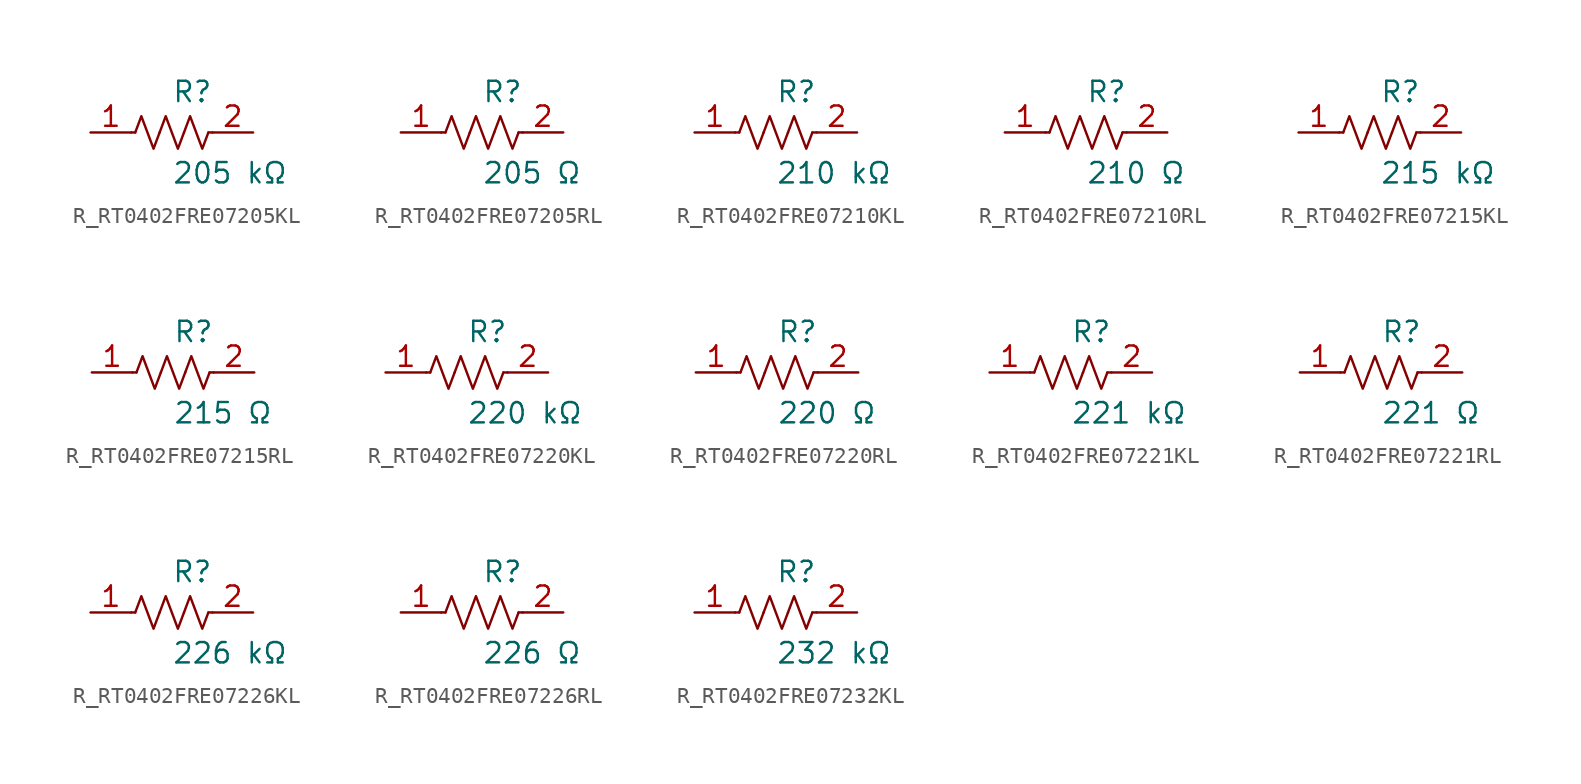
<source format=kicad_sym>
(kicad_symbol_lib
  (version 20231120)
  (generator kicad_symbol_editor)
  (generator_version 8.0)
  (symbol "R_RT0402FRE07205KL"
    (pin_names
      (offset 0.254))
    (property "Reference" "R"
      (at 0.0 2.54 0)
      (effects (font (size 1.27 1.27)) (justify left)))
    (property "Value" "205 kΩ"
      (at 0.0 -2.54 0)
      (effects (font (size 1.27 1.27)) (justify left)))
    (symbol "R_RT0402FRE07205KL_0_1"
      (polyline (pts (xy 2.286 0) (xy 2.54 0)) (stroke (width 0) (type default)) (fill (type none)))
      (polyline (pts (xy -2.286 0) (xy -2.54 0)) (stroke (width 0) (type default)) (fill (type none)))
      (polyline (pts (xy 0.762 0) (xy 1.143 1.016) (xy 1.524 0) (xy 1.905 -1.016) (xy 2.286 0)) (stroke (width 0) (type default)) (fill (type none)))
      (polyline (pts (xy -0.762 0) (xy -0.381 1.016) (xy 0 0) (xy 0.381 -1.016) (xy 0.762 0)) (stroke (width 0) (type default)) (fill (type none)))
      (polyline (pts (xy -2.286 0) (xy -1.905 1.016) (xy -1.524 0) (xy -1.143 -1.016) (xy -0.762 0)) (stroke (width 0) (type default)) (fill (type none))))
    (pin unspecified line
      (at -5.08 0 0)
      (length 2.54)
      (name "" (effects (font (size 1.27 1.27))))
      (number "1" (effects (font (size 1.27 1.27)))))
    (pin unspecified line
      (at 5.08 0 180)
      (length 2.54)
      (name "" (effects (font (size 1.27 1.27))))
      (number "2" (effects (font (size 1.27 1.27))))))
  (symbol "R_RT0402FRE07205RL"
    (pin_names
      (offset 0.254))
    (property "Reference" "R"
      (at 0.0 2.54 0)
      (effects (font (size 1.27 1.27)) (justify left)))
    (property "Value" "205 Ω"
      (at 0.0 -2.54 0)
      (effects (font (size 1.27 1.27)) (justify left)))
    (symbol "R_RT0402FRE07205RL_0_1"
      (polyline (pts (xy 2.286 0) (xy 2.54 0)) (stroke (width 0) (type default)) (fill (type none)))
      (polyline (pts (xy -2.286 0) (xy -2.54 0)) (stroke (width 0) (type default)) (fill (type none)))
      (polyline (pts (xy 0.762 0) (xy 1.143 1.016) (xy 1.524 0) (xy 1.905 -1.016) (xy 2.286 0)) (stroke (width 0) (type default)) (fill (type none)))
      (polyline (pts (xy -0.762 0) (xy -0.381 1.016) (xy 0 0) (xy 0.381 -1.016) (xy 0.762 0)) (stroke (width 0) (type default)) (fill (type none)))
      (polyline (pts (xy -2.286 0) (xy -1.905 1.016) (xy -1.524 0) (xy -1.143 -1.016) (xy -0.762 0)) (stroke (width 0) (type default)) (fill (type none))))
    (pin unspecified line
      (at -5.08 0 0)
      (length 2.54)
      (name "" (effects (font (size 1.27 1.27))))
      (number "1" (effects (font (size 1.27 1.27)))))
    (pin unspecified line
      (at 5.08 0 180)
      (length 2.54)
      (name "" (effects (font (size 1.27 1.27))))
      (number "2" (effects (font (size 1.27 1.27))))))
  (symbol "R_RT0402FRE07210KL"
    (pin_names
      (offset 0.254))
    (property "Reference" "R"
      (at 0.0 2.54 0)
      (effects (font (size 1.27 1.27)) (justify left)))
    (property "Value" "210 kΩ"
      (at 0.0 -2.54 0)
      (effects (font (size 1.27 1.27)) (justify left)))
    (symbol "R_RT0402FRE07210KL_0_1"
      (polyline (pts (xy 2.286 0) (xy 2.54 0)) (stroke (width 0) (type default)) (fill (type none)))
      (polyline (pts (xy -2.286 0) (xy -2.54 0)) (stroke (width 0) (type default)) (fill (type none)))
      (polyline (pts (xy 0.762 0) (xy 1.143 1.016) (xy 1.524 0) (xy 1.905 -1.016) (xy 2.286 0)) (stroke (width 0) (type default)) (fill (type none)))
      (polyline (pts (xy -0.762 0) (xy -0.381 1.016) (xy 0 0) (xy 0.381 -1.016) (xy 0.762 0)) (stroke (width 0) (type default)) (fill (type none)))
      (polyline (pts (xy -2.286 0) (xy -1.905 1.016) (xy -1.524 0) (xy -1.143 -1.016) (xy -0.762 0)) (stroke (width 0) (type default)) (fill (type none))))
    (pin unspecified line
      (at -5.08 0 0)
      (length 2.54)
      (name "" (effects (font (size 1.27 1.27))))
      (number "1" (effects (font (size 1.27 1.27)))))
    (pin unspecified line
      (at 5.08 0 180)
      (length 2.54)
      (name "" (effects (font (size 1.27 1.27))))
      (number "2" (effects (font (size 1.27 1.27))))))
  (symbol "R_RT0402FRE07210RL"
    (pin_names
      (offset 0.254))
    (property "Reference" "R"
      (at 0.0 2.54 0)
      (effects (font (size 1.27 1.27)) (justify left)))
    (property "Value" "210 Ω"
      (at 0.0 -2.54 0)
      (effects (font (size 1.27 1.27)) (justify left)))
    (symbol "R_RT0402FRE07210RL_0_1"
      (polyline (pts (xy 2.286 0) (xy 2.54 0)) (stroke (width 0) (type default)) (fill (type none)))
      (polyline (pts (xy -2.286 0) (xy -2.54 0)) (stroke (width 0) (type default)) (fill (type none)))
      (polyline (pts (xy 0.762 0) (xy 1.143 1.016) (xy 1.524 0) (xy 1.905 -1.016) (xy 2.286 0)) (stroke (width 0) (type default)) (fill (type none)))
      (polyline (pts (xy -0.762 0) (xy -0.381 1.016) (xy 0 0) (xy 0.381 -1.016) (xy 0.762 0)) (stroke (width 0) (type default)) (fill (type none)))
      (polyline (pts (xy -2.286 0) (xy -1.905 1.016) (xy -1.524 0) (xy -1.143 -1.016) (xy -0.762 0)) (stroke (width 0) (type default)) (fill (type none))))
    (pin unspecified line
      (at -5.08 0 0)
      (length 2.54)
      (name "" (effects (font (size 1.27 1.27))))
      (number "1" (effects (font (size 1.27 1.27)))))
    (pin unspecified line
      (at 5.08 0 180)
      (length 2.54)
      (name "" (effects (font (size 1.27 1.27))))
      (number "2" (effects (font (size 1.27 1.27))))))
  (symbol "R_RT0402FRE07215KL"
    (pin_names
      (offset 0.254))
    (property "Reference" "R"
      (at 0.0 2.54 0)
      (effects (font (size 1.27 1.27)) (justify left)))
    (property "Value" "215 kΩ"
      (at 0.0 -2.54 0)
      (effects (font (size 1.27 1.27)) (justify left)))
    (symbol "R_RT0402FRE07215KL_0_1"
      (polyline (pts (xy 2.286 0) (xy 2.54 0)) (stroke (width 0) (type default)) (fill (type none)))
      (polyline (pts (xy -2.286 0) (xy -2.54 0)) (stroke (width 0) (type default)) (fill (type none)))
      (polyline (pts (xy 0.762 0) (xy 1.143 1.016) (xy 1.524 0) (xy 1.905 -1.016) (xy 2.286 0)) (stroke (width 0) (type default)) (fill (type none)))
      (polyline (pts (xy -0.762 0) (xy -0.381 1.016) (xy 0 0) (xy 0.381 -1.016) (xy 0.762 0)) (stroke (width 0) (type default)) (fill (type none)))
      (polyline (pts (xy -2.286 0) (xy -1.905 1.016) (xy -1.524 0) (xy -1.143 -1.016) (xy -0.762 0)) (stroke (width 0) (type default)) (fill (type none))))
    (pin unspecified line
      (at -5.08 0 0)
      (length 2.54)
      (name "" (effects (font (size 1.27 1.27))))
      (number "1" (effects (font (size 1.27 1.27)))))
    (pin unspecified line
      (at 5.08 0 180)
      (length 2.54)
      (name "" (effects (font (size 1.27 1.27))))
      (number "2" (effects (font (size 1.27 1.27))))))
  (symbol "R_RT0402FRE07215RL"
    (pin_names
      (offset 0.254))
    (property "Reference" "R"
      (at 0.0 2.54 0)
      (effects (font (size 1.27 1.27)) (justify left)))
    (property "Value" "215 Ω"
      (at 0.0 -2.54 0)
      (effects (font (size 1.27 1.27)) (justify left)))
    (symbol "R_RT0402FRE07215RL_0_1"
      (polyline (pts (xy 2.286 0) (xy 2.54 0)) (stroke (width 0) (type default)) (fill (type none)))
      (polyline (pts (xy -2.286 0) (xy -2.54 0)) (stroke (width 0) (type default)) (fill (type none)))
      (polyline (pts (xy 0.762 0) (xy 1.143 1.016) (xy 1.524 0) (xy 1.905 -1.016) (xy 2.286 0)) (stroke (width 0) (type default)) (fill (type none)))
      (polyline (pts (xy -0.762 0) (xy -0.381 1.016) (xy 0 0) (xy 0.381 -1.016) (xy 0.762 0)) (stroke (width 0) (type default)) (fill (type none)))
      (polyline (pts (xy -2.286 0) (xy -1.905 1.016) (xy -1.524 0) (xy -1.143 -1.016) (xy -0.762 0)) (stroke (width 0) (type default)) (fill (type none))))
    (pin unspecified line
      (at -5.08 0 0)
      (length 2.54)
      (name "" (effects (font (size 1.27 1.27))))
      (number "1" (effects (font (size 1.27 1.27)))))
    (pin unspecified line
      (at 5.08 0 180)
      (length 2.54)
      (name "" (effects (font (size 1.27 1.27))))
      (number "2" (effects (font (size 1.27 1.27))))))
  (symbol "R_RT0402FRE07220KL"
    (pin_names
      (offset 0.254))
    (property "Reference" "R"
      (at 0.0 2.54 0)
      (effects (font (size 1.27 1.27)) (justify left)))
    (property "Value" "220 kΩ"
      (at 0.0 -2.54 0)
      (effects (font (size 1.27 1.27)) (justify left)))
    (symbol "R_RT0402FRE07220KL_0_1"
      (polyline (pts (xy 2.286 0) (xy 2.54 0)) (stroke (width 0) (type default)) (fill (type none)))
      (polyline (pts (xy -2.286 0) (xy -2.54 0)) (stroke (width 0) (type default)) (fill (type none)))
      (polyline (pts (xy 0.762 0) (xy 1.143 1.016) (xy 1.524 0) (xy 1.905 -1.016) (xy 2.286 0)) (stroke (width 0) (type default)) (fill (type none)))
      (polyline (pts (xy -0.762 0) (xy -0.381 1.016) (xy 0 0) (xy 0.381 -1.016) (xy 0.762 0)) (stroke (width 0) (type default)) (fill (type none)))
      (polyline (pts (xy -2.286 0) (xy -1.905 1.016) (xy -1.524 0) (xy -1.143 -1.016) (xy -0.762 0)) (stroke (width 0) (type default)) (fill (type none))))
    (pin unspecified line
      (at -5.08 0 0)
      (length 2.54)
      (name "" (effects (font (size 1.27 1.27))))
      (number "1" (effects (font (size 1.27 1.27)))))
    (pin unspecified line
      (at 5.08 0 180)
      (length 2.54)
      (name "" (effects (font (size 1.27 1.27))))
      (number "2" (effects (font (size 1.27 1.27))))))
  (symbol "R_RT0402FRE07220RL"
    (pin_names
      (offset 0.254))
    (property "Reference" "R"
      (at 0.0 2.54 0)
      (effects (font (size 1.27 1.27)) (justify left)))
    (property "Value" "220 Ω"
      (at 0.0 -2.54 0)
      (effects (font (size 1.27 1.27)) (justify left)))
    (symbol "R_RT0402FRE07220RL_0_1"
      (polyline (pts (xy 2.286 0) (xy 2.54 0)) (stroke (width 0) (type default)) (fill (type none)))
      (polyline (pts (xy -2.286 0) (xy -2.54 0)) (stroke (width 0) (type default)) (fill (type none)))
      (polyline (pts (xy 0.762 0) (xy 1.143 1.016) (xy 1.524 0) (xy 1.905 -1.016) (xy 2.286 0)) (stroke (width 0) (type default)) (fill (type none)))
      (polyline (pts (xy -0.762 0) (xy -0.381 1.016) (xy 0 0) (xy 0.381 -1.016) (xy 0.762 0)) (stroke (width 0) (type default)) (fill (type none)))
      (polyline (pts (xy -2.286 0) (xy -1.905 1.016) (xy -1.524 0) (xy -1.143 -1.016) (xy -0.762 0)) (stroke (width 0) (type default)) (fill (type none))))
    (pin unspecified line
      (at -5.08 0 0)
      (length 2.54)
      (name "" (effects (font (size 1.27 1.27))))
      (number "1" (effects (font (size 1.27 1.27)))))
    (pin unspecified line
      (at 5.08 0 180)
      (length 2.54)
      (name "" (effects (font (size 1.27 1.27))))
      (number "2" (effects (font (size 1.27 1.27))))))
  (symbol "R_RT0402FRE07221KL"
    (pin_names
      (offset 0.254))
    (property "Reference" "R"
      (at 0.0 2.54 0)
      (effects (font (size 1.27 1.27)) (justify left)))
    (property "Value" "221 kΩ"
      (at 0.0 -2.54 0)
      (effects (font (size 1.27 1.27)) (justify left)))
    (symbol "R_RT0402FRE07221KL_0_1"
      (polyline (pts (xy 2.286 0) (xy 2.54 0)) (stroke (width 0) (type default)) (fill (type none)))
      (polyline (pts (xy -2.286 0) (xy -2.54 0)) (stroke (width 0) (type default)) (fill (type none)))
      (polyline (pts (xy 0.762 0) (xy 1.143 1.016) (xy 1.524 0) (xy 1.905 -1.016) (xy 2.286 0)) (stroke (width 0) (type default)) (fill (type none)))
      (polyline (pts (xy -0.762 0) (xy -0.381 1.016) (xy 0 0) (xy 0.381 -1.016) (xy 0.762 0)) (stroke (width 0) (type default)) (fill (type none)))
      (polyline (pts (xy -2.286 0) (xy -1.905 1.016) (xy -1.524 0) (xy -1.143 -1.016) (xy -0.762 0)) (stroke (width 0) (type default)) (fill (type none))))
    (pin unspecified line
      (at -5.08 0 0)
      (length 2.54)
      (name "" (effects (font (size 1.27 1.27))))
      (number "1" (effects (font (size 1.27 1.27)))))
    (pin unspecified line
      (at 5.08 0 180)
      (length 2.54)
      (name "" (effects (font (size 1.27 1.27))))
      (number "2" (effects (font (size 1.27 1.27))))))
  (symbol "R_RT0402FRE07221RL"
    (pin_names
      (offset 0.254))
    (property "Reference" "R"
      (at 0.0 2.54 0)
      (effects (font (size 1.27 1.27)) (justify left)))
    (property "Value" "221 Ω"
      (at 0.0 -2.54 0)
      (effects (font (size 1.27 1.27)) (justify left)))
    (symbol "R_RT0402FRE07221RL_0_1"
      (polyline (pts (xy 2.286 0) (xy 2.54 0)) (stroke (width 0) (type default)) (fill (type none)))
      (polyline (pts (xy -2.286 0) (xy -2.54 0)) (stroke (width 0) (type default)) (fill (type none)))
      (polyline (pts (xy 0.762 0) (xy 1.143 1.016) (xy 1.524 0) (xy 1.905 -1.016) (xy 2.286 0)) (stroke (width 0) (type default)) (fill (type none)))
      (polyline (pts (xy -0.762 0) (xy -0.381 1.016) (xy 0 0) (xy 0.381 -1.016) (xy 0.762 0)) (stroke (width 0) (type default)) (fill (type none)))
      (polyline (pts (xy -2.286 0) (xy -1.905 1.016) (xy -1.524 0) (xy -1.143 -1.016) (xy -0.762 0)) (stroke (width 0) (type default)) (fill (type none))))
    (pin unspecified line
      (at -5.08 0 0)
      (length 2.54)
      (name "" (effects (font (size 1.27 1.27))))
      (number "1" (effects (font (size 1.27 1.27)))))
    (pin unspecified line
      (at 5.08 0 180)
      (length 2.54)
      (name "" (effects (font (size 1.27 1.27))))
      (number "2" (effects (font (size 1.27 1.27))))))
  (symbol "R_RT0402FRE07226KL"
    (pin_names
      (offset 0.254))
    (property "Reference" "R"
      (at 0.0 2.54 0)
      (effects (font (size 1.27 1.27)) (justify left)))
    (property "Value" "226 kΩ"
      (at 0.0 -2.54 0)
      (effects (font (size 1.27 1.27)) (justify left)))
    (symbol "R_RT0402FRE07226KL_0_1"
      (polyline (pts (xy 2.286 0) (xy 2.54 0)) (stroke (width 0) (type default)) (fill (type none)))
      (polyline (pts (xy -2.286 0) (xy -2.54 0)) (stroke (width 0) (type default)) (fill (type none)))
      (polyline (pts (xy 0.762 0) (xy 1.143 1.016) (xy 1.524 0) (xy 1.905 -1.016) (xy 2.286 0)) (stroke (width 0) (type default)) (fill (type none)))
      (polyline (pts (xy -0.762 0) (xy -0.381 1.016) (xy 0 0) (xy 0.381 -1.016) (xy 0.762 0)) (stroke (width 0) (type default)) (fill (type none)))
      (polyline (pts (xy -2.286 0) (xy -1.905 1.016) (xy -1.524 0) (xy -1.143 -1.016) (xy -0.762 0)) (stroke (width 0) (type default)) (fill (type none))))
    (pin unspecified line
      (at -5.08 0 0)
      (length 2.54)
      (name "" (effects (font (size 1.27 1.27))))
      (number "1" (effects (font (size 1.27 1.27)))))
    (pin unspecified line
      (at 5.08 0 180)
      (length 2.54)
      (name "" (effects (font (size 1.27 1.27))))
      (number "2" (effects (font (size 1.27 1.27))))))
  (symbol "R_RT0402FRE07226RL"
    (pin_names
      (offset 0.254))
    (property "Reference" "R"
      (at 0.0 2.54 0)
      (effects (font (size 1.27 1.27)) (justify left)))
    (property "Value" "226 Ω"
      (at 0.0 -2.54 0)
      (effects (font (size 1.27 1.27)) (justify left)))
    (symbol "R_RT0402FRE07226RL_0_1"
      (polyline (pts (xy 2.286 0) (xy 2.54 0)) (stroke (width 0) (type default)) (fill (type none)))
      (polyline (pts (xy -2.286 0) (xy -2.54 0)) (stroke (width 0) (type default)) (fill (type none)))
      (polyline (pts (xy 0.762 0) (xy 1.143 1.016) (xy 1.524 0) (xy 1.905 -1.016) (xy 2.286 0)) (stroke (width 0) (type default)) (fill (type none)))
      (polyline (pts (xy -0.762 0) (xy -0.381 1.016) (xy 0 0) (xy 0.381 -1.016) (xy 0.762 0)) (stroke (width 0) (type default)) (fill (type none)))
      (polyline (pts (xy -2.286 0) (xy -1.905 1.016) (xy -1.524 0) (xy -1.143 -1.016) (xy -0.762 0)) (stroke (width 0) (type default)) (fill (type none))))
    (pin unspecified line
      (at -5.08 0 0)
      (length 2.54)
      (name "" (effects (font (size 1.27 1.27))))
      (number "1" (effects (font (size 1.27 1.27)))))
    (pin unspecified line
      (at 5.08 0 180)
      (length 2.54)
      (name "" (effects (font (size 1.27 1.27))))
      (number "2" (effects (font (size 1.27 1.27))))))
  (symbol "R_RT0402FRE07232KL"
    (pin_names
      (offset 0.254))
    (property "Reference" "R"
      (at 0.0 2.54 0)
      (effects (font (size 1.27 1.27)) (justify left)))
    (property "Value" "232 kΩ"
      (at 0.0 -2.54 0)
      (effects (font (size 1.27 1.27)) (justify left)))
    (symbol "R_RT0402FRE07232KL_0_1"
      (polyline (pts (xy 2.286 0) (xy 2.54 0)) (stroke (width 0) (type default)) (fill (type none)))
      (polyline (pts (xy -2.286 0) (xy -2.54 0)) (stroke (width 0) (type default)) (fill (type none)))
      (polyline (pts (xy 0.762 0) (xy 1.143 1.016) (xy 1.524 0) (xy 1.905 -1.016) (xy 2.286 0)) (stroke (width 0) (type default)) (fill (type none)))
      (polyline (pts (xy -0.762 0) (xy -0.381 1.016) (xy 0 0) (xy 0.381 -1.016) (xy 0.762 0)) (stroke (width 0) (type default)) (fill (type none)))
      (polyline (pts (xy -2.286 0) (xy -1.905 1.016) (xy -1.524 0) (xy -1.143 -1.016) (xy -0.762 0)) (stroke (width 0) (type default)) (fill (type none))))
    (pin unspecified line
      (at -5.08 0 0)
      (length 2.54)
      (name "" (effects (font (size 1.27 1.27))))
      (number "1" (effects (font (size 1.27 1.27)))))
    (pin unspecified line
      (at 5.08 0 180)
      (length 2.54)
      (name "" (effects (font (size 1.27 1.27))))
      (number "2" (effects (font (size 1.27 1.27)))))))
</source>
